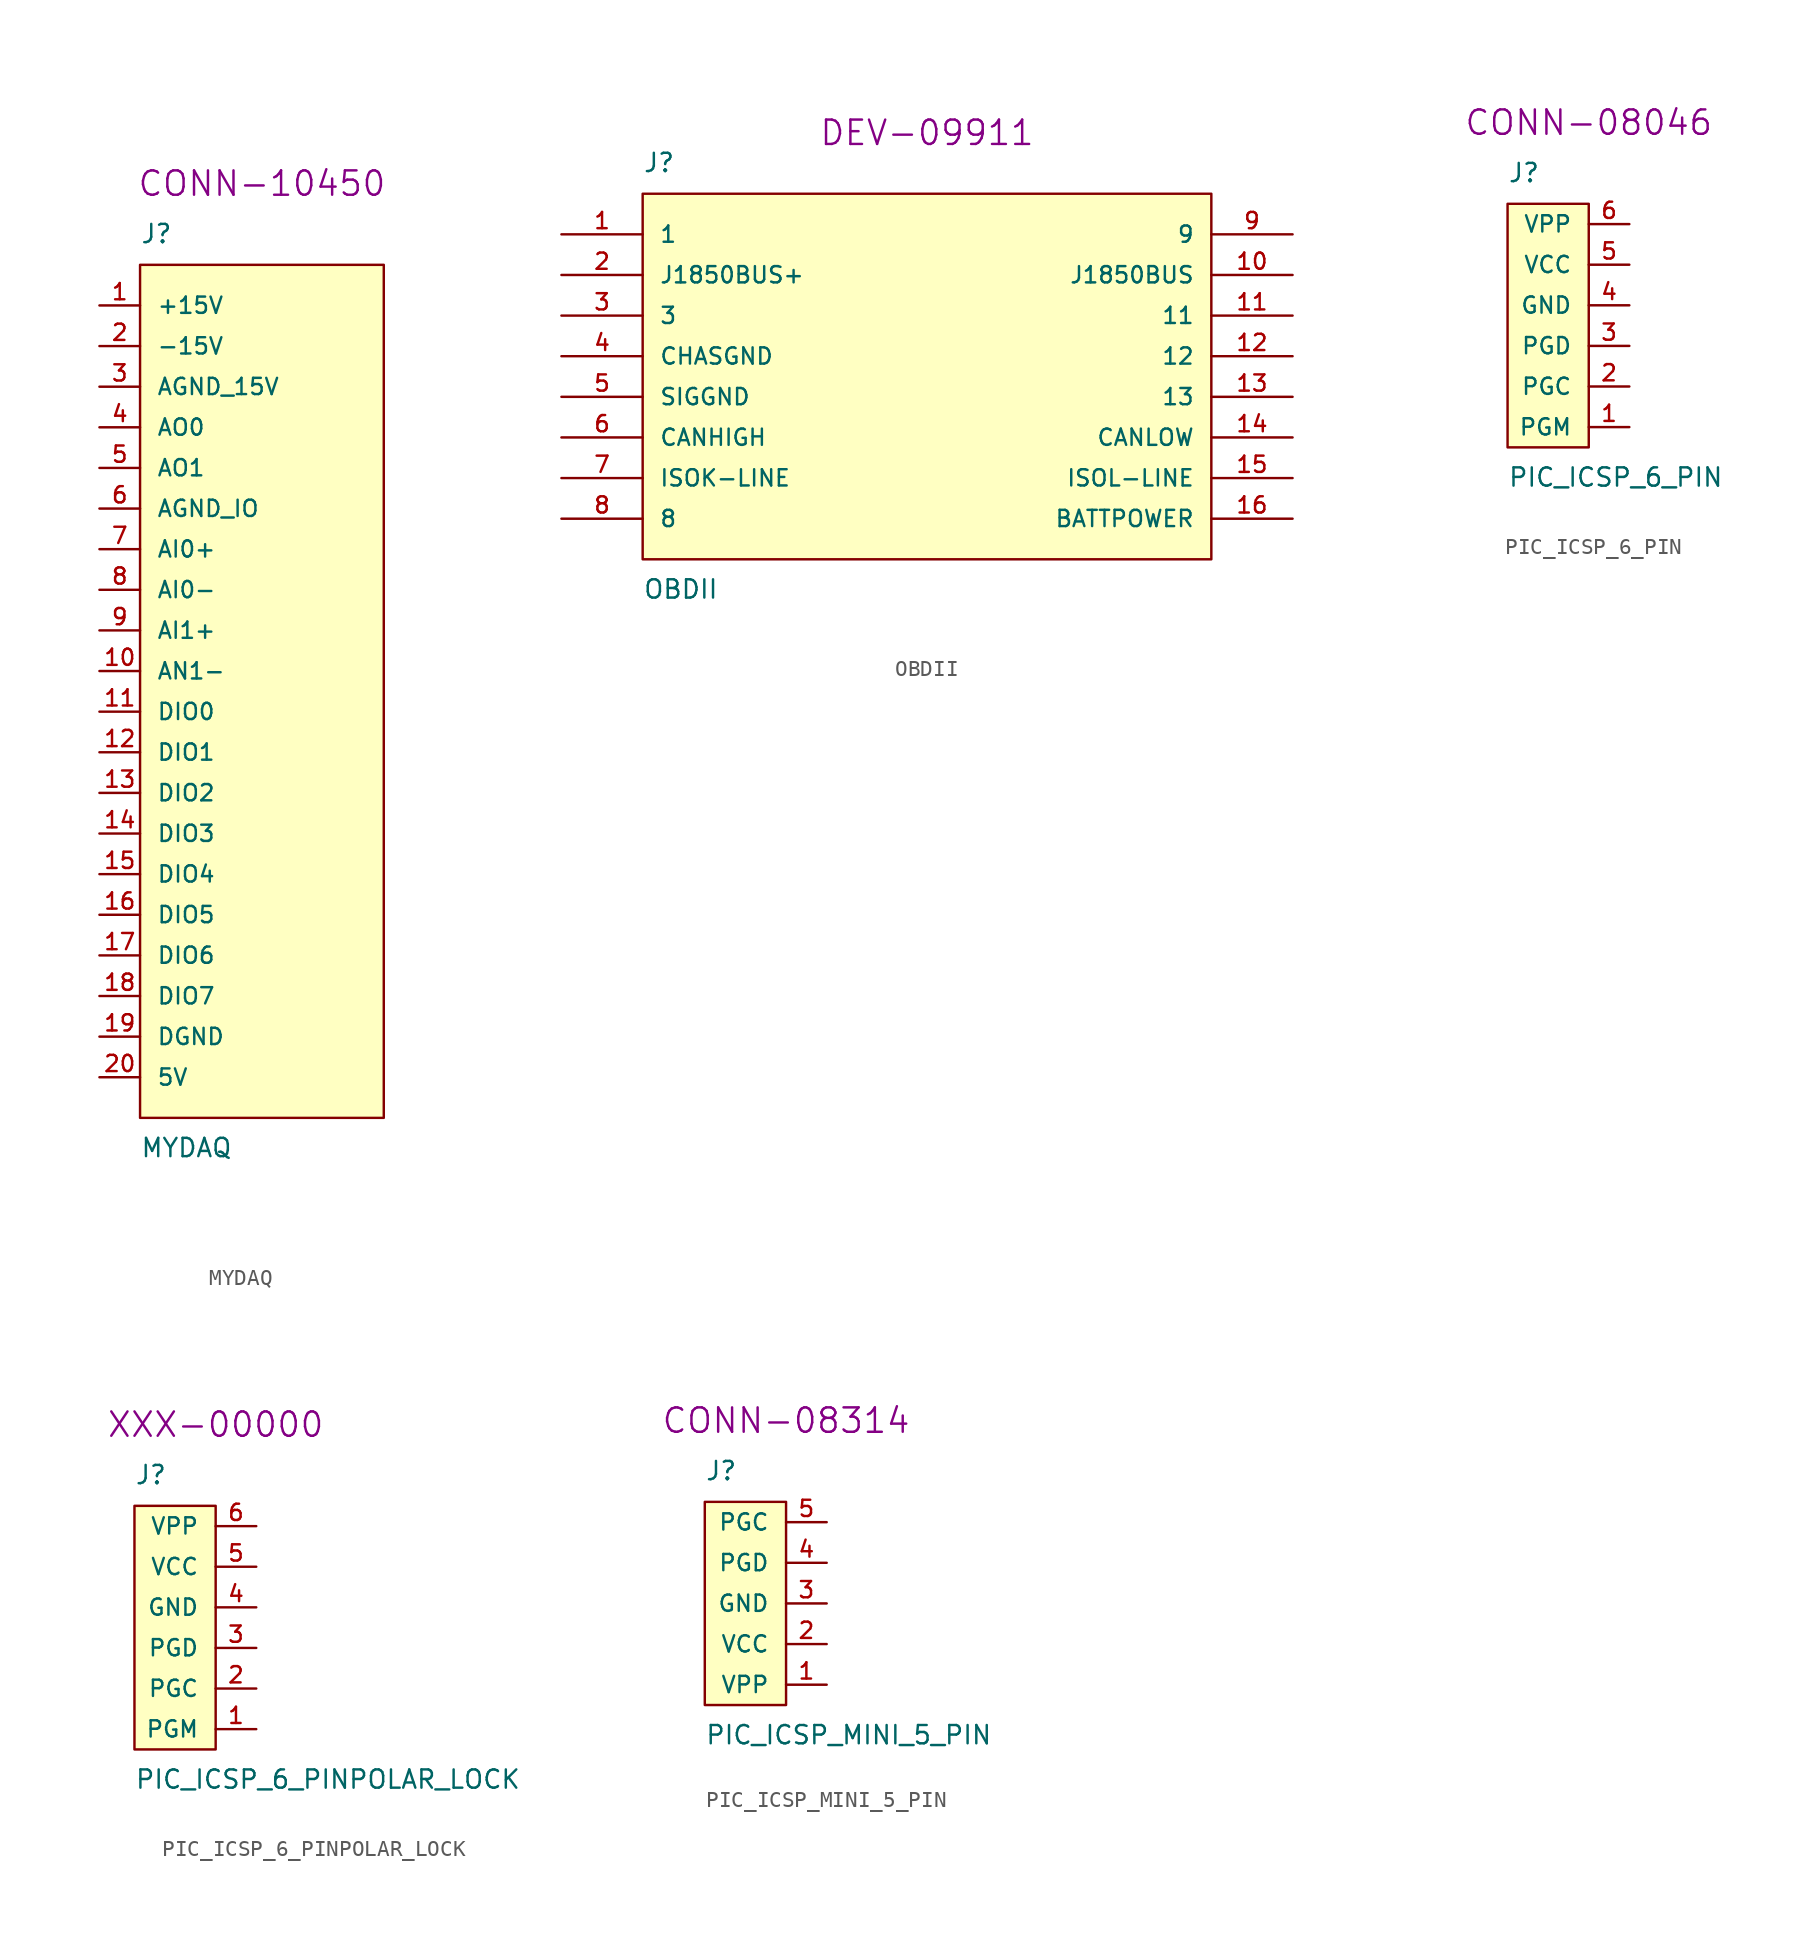
<source format=kicad_sym>
(kicad_symbol_lib
  (version 20201005)
  (generator kicad_symbol_editor)
  (symbol "MYDAQ"
    (pin_names
      (offset 1.016))
    (property "Reference" "J"
      (at -7.62 26.67 0)
      (effects (font (size 1.143 1.143)) (justify left bottom)))
    (property "Value" "MYDAQ"
      (at -7.62 -30.48 0)
      (effects (font (size 1.143 1.143)) (justify left bottom)))
    (property "Field4" "CONN-10450"
      (at 0 30.48 0)
      (effects (font (size 1.524 1.524))))
    (property "ki_locked" ""
      (at 0 0 0)
      (effects (font (size 1.27 1.27))))
    (symbol "MYDAQ_1_1"
      (polyline (pts (xy -7.62 25.4) (xy -7.62 -27.94) (xy 7.62 -27.94) (xy 7.62 25.4) (xy -7.62 25.4)) (stroke (width 0)) (fill (type background)))
      (pin power_in line (at -10.16 22.86 0) (length 2.54) (name "+15V" (effects (font (size 1.016 1.016)))) (number "1" (effects (font (size 1.016 1.016)))))
      (pin power_in line (at -10.16 20.32 0) (length 2.54) (name "-15V" (effects (font (size 1.016 1.016)))) (number "2" (effects (font (size 1.016 1.016)))))
      (pin power_in line (at -10.16 17.78 0) (length 2.54) (name "AGND_15V" (effects (font (size 1.016 1.016)))) (number "3" (effects (font (size 1.016 1.016)))))
      (pin output line (at -10.16 15.24 0) (length 2.54) (name "AO0" (effects (font (size 1.016 1.016)))) (number "4" (effects (font (size 1.016 1.016)))))
      (pin output line (at -10.16 12.7 0) (length 2.54) (name "AO1" (effects (font (size 1.016 1.016)))) (number "5" (effects (font (size 1.016 1.016)))))
      (pin power_in line (at -10.16 10.16 0) (length 2.54) (name "AGND_IO" (effects (font (size 1.016 1.016)))) (number "6" (effects (font (size 1.016 1.016)))))
      (pin input line (at -10.16 7.62 0) (length 2.54) (name "AI0+" (effects (font (size 1.016 1.016)))) (number "7" (effects (font (size 1.016 1.016)))))
      (pin input line (at -10.16 5.08 0) (length 2.54) (name "AI0-" (effects (font (size 1.016 1.016)))) (number "8" (effects (font (size 1.016 1.016)))))
      (pin input line (at -10.16 2.54 0) (length 2.54) (name "AI1+" (effects (font (size 1.016 1.016)))) (number "9" (effects (font (size 1.016 1.016)))))
      (pin input line (at -10.16 0 0) (length 2.54) (name "AN1-" (effects (font (size 1.016 1.016)))) (number "10" (effects (font (size 1.016 1.016)))))
      (pin power_in line (at -10.16 -25.4 0) (length 2.54) (name "5V" (effects (font (size 1.016 1.016)))) (number "20" (effects (font (size 1.016 1.016)))))
      (pin bidirectional line (at -10.16 -2.54 0) (length 2.54) (name "DIO0" (effects (font (size 1.016 1.016)))) (number "11" (effects (font (size 1.016 1.016)))))
      (pin bidirectional line (at -10.16 -5.08 0) (length 2.54) (name "DIO1" (effects (font (size 1.016 1.016)))) (number "12" (effects (font (size 1.016 1.016)))))
      (pin bidirectional line (at -10.16 -7.62 0) (length 2.54) (name "DIO2" (effects (font (size 1.016 1.016)))) (number "13" (effects (font (size 1.016 1.016)))))
      (pin bidirectional line (at -10.16 -10.16 0) (length 2.54) (name "DIO3" (effects (font (size 1.016 1.016)))) (number "14" (effects (font (size 1.016 1.016)))))
      (pin bidirectional line (at -10.16 -12.7 0) (length 2.54) (name "DIO4" (effects (font (size 1.016 1.016)))) (number "15" (effects (font (size 1.016 1.016)))))
      (pin bidirectional line (at -10.16 -15.24 0) (length 2.54) (name "DIO5" (effects (font (size 1.016 1.016)))) (number "16" (effects (font (size 1.016 1.016)))))
      (pin bidirectional line (at -10.16 -17.78 0) (length 2.54) (name "DIO6" (effects (font (size 1.016 1.016)))) (number "17" (effects (font (size 1.016 1.016)))))
      (pin bidirectional line (at -10.16 -20.32 0) (length 2.54) (name "DIO7" (effects (font (size 1.016 1.016)))) (number "18" (effects (font (size 1.016 1.016)))))
      (pin power_in line (at -10.16 -22.86 0) (length 2.54) (name "DGND" (effects (font (size 1.016 1.016)))) (number "19" (effects (font (size 1.016 1.016)))))))
  (symbol "OBDII"
    (pin_names
      (offset 1.016))
    (property "Reference" "J"
      (at -17.78 12.7 0)
      (effects (font (size 1.143 1.143)) (justify left bottom)))
    (property "Value" "OBDII"
      (at -17.78 -13.97 0)
      (effects (font (size 1.143 1.143)) (justify left bottom)))
    (property "Field4" "DEV-09911"
      (at 0 15.24 0)
      (effects (font (size 1.524 1.524))))
    (property "ki_locked" ""
      (at 0 0 0)
      (effects (font (size 1.27 1.27))))
    (symbol "OBDII_1_1"
      (polyline (pts (xy -17.78 11.43) (xy -17.78 -11.43) (xy 17.78 -11.43) (xy 17.78 11.43) (xy -17.78 11.43)) (stroke (width 0)) (fill (type background)))
      (pin bidirectional line (at -22.86 8.89 0) (length 5.08) (name "1" (effects (font (size 1.016 1.016)))) (number "1" (effects (font (size 1.016 1.016)))))
      (pin bidirectional line (at -22.86 6.35 0) (length 5.08) (name "J1850BUS+" (effects (font (size 1.016 1.016)))) (number "2" (effects (font (size 1.016 1.016)))))
      (pin bidirectional line (at -22.86 3.81 0) (length 5.08) (name "3" (effects (font (size 1.016 1.016)))) (number "3" (effects (font (size 1.016 1.016)))))
      (pin bidirectional line (at -22.86 1.27 0) (length 5.08) (name "CHASGND" (effects (font (size 1.016 1.016)))) (number "4" (effects (font (size 1.016 1.016)))))
      (pin bidirectional line (at -22.86 -1.27 0) (length 5.08) (name "SIGGND" (effects (font (size 1.016 1.016)))) (number "5" (effects (font (size 1.016 1.016)))))
      (pin bidirectional line (at -22.86 -3.81 0) (length 5.08) (name "CANHIGH" (effects (font (size 1.016 1.016)))) (number "6" (effects (font (size 1.016 1.016)))))
      (pin bidirectional line (at -22.86 -6.35 0) (length 5.08) (name "ISOK-LINE" (effects (font (size 1.016 1.016)))) (number "7" (effects (font (size 1.016 1.016)))))
      (pin bidirectional line (at -22.86 -8.89 0) (length 5.08) (name "8" (effects (font (size 1.016 1.016)))) (number "8" (effects (font (size 1.016 1.016)))))
      (pin bidirectional line (at 22.86 8.89 180) (length 5.08) (name "9" (effects (font (size 1.016 1.016)))) (number "9" (effects (font (size 1.016 1.016)))))
      (pin bidirectional line (at 22.86 6.35 180) (length 5.08) (name "J1850BUS" (effects (font (size 1.016 1.016)))) (number "10" (effects (font (size 1.016 1.016)))))
      (pin bidirectional line (at 22.86 3.81 180) (length 5.08) (name "11" (effects (font (size 1.016 1.016)))) (number "11" (effects (font (size 1.016 1.016)))))
      (pin bidirectional line (at 22.86 1.27 180) (length 5.08) (name "12" (effects (font (size 1.016 1.016)))) (number "12" (effects (font (size 1.016 1.016)))))
      (pin bidirectional line (at 22.86 -1.27 180) (length 5.08) (name "13" (effects (font (size 1.016 1.016)))) (number "13" (effects (font (size 1.016 1.016)))))
      (pin bidirectional line (at 22.86 -3.81 180) (length 5.08) (name "CANLOW" (effects (font (size 1.016 1.016)))) (number "14" (effects (font (size 1.016 1.016)))))
      (pin bidirectional line (at 22.86 -6.35 180) (length 5.08) (name "ISOL-LINE" (effects (font (size 1.016 1.016)))) (number "15" (effects (font (size 1.016 1.016)))))
      (pin bidirectional line (at 22.86 -8.89 180) (length 5.08) (name "BATTPOWER" (effects (font (size 1.016 1.016)))) (number "16" (effects (font (size 1.016 1.016)))))))
  (symbol "PIC_ICSP_6_PIN"
    (pin_names
      (offset 1.016))
    (property "Reference" "J"
      (at -5.08 15.24 0)
      (effects (font (size 1.143 1.143)) (justify left bottom)))
    (property "Value" "PIC_ICSP_6_PIN"
      (at -5.08 -3.81 0)
      (effects (font (size 1.143 1.143)) (justify left bottom)))
    (property "Field4" "CONN-08046"
      (at 0 19.05 0)
      (effects (font (size 1.524 1.524))))
    (property "ki_locked" ""
      (at 0 0 0)
      (effects (font (size 1.27 1.27))))
    (symbol "PIC_ICSP_6_PIN_1_1"
      (polyline (pts (xy -5.08 13.97) (xy -5.08 -1.27) (xy 0 -1.27) (xy 0 13.97) (xy -5.08 13.97)) (stroke (width 0)) (fill (type background)))
      (pin bidirectional line (at 2.54 0 180) (length 2.54) (name "PGM" (effects (font (size 1.016 1.016)))) (number "1" (effects (font (size 1.016 1.016)))))
      (pin bidirectional line (at 2.54 2.54 180) (length 2.54) (name "PGC" (effects (font (size 1.016 1.016)))) (number "2" (effects (font (size 1.016 1.016)))))
      (pin bidirectional line (at 2.54 5.08 180) (length 2.54) (name "PGD" (effects (font (size 1.016 1.016)))) (number "3" (effects (font (size 1.016 1.016)))))
      (pin power_in line (at 2.54 7.62 180) (length 2.54) (name "GND" (effects (font (size 1.016 1.016)))) (number "4" (effects (font (size 1.016 1.016)))))
      (pin power_in line (at 2.54 10.16 180) (length 2.54) (name "VCC" (effects (font (size 1.016 1.016)))) (number "5" (effects (font (size 1.016 1.016)))))
      (pin bidirectional line (at 2.54 12.7 180) (length 2.54) (name "VPP" (effects (font (size 1.016 1.016)))) (number "6" (effects (font (size 1.016 1.016)))))))
  (symbol "PIC_ICSP_6_PINPOLAR_LOCK"
    (pin_names
      (offset 1.016))
    (property "Reference" "J"
      (at -5.08 15.24 0)
      (effects (font (size 1.143 1.143)) (justify left bottom)))
    (property "Value" "PIC_ICSP_6_PINPOLAR_LOCK"
      (at -5.08 -3.81 0)
      (effects (font (size 1.143 1.143)) (justify left bottom)))
    (property "Field4" "XXX-00000"
      (at 0 19.05 0)
      (effects (font (size 1.524 1.524))))
    (property "ki_locked" ""
      (at 0 0 0)
      (effects (font (size 1.27 1.27))))
    (symbol "PIC_ICSP_6_PINPOLAR_LOCK_1_1"
      (polyline (pts (xy -5.08 13.97) (xy -5.08 -1.27) (xy 0 -1.27) (xy 0 13.97) (xy -5.08 13.97)) (stroke (width 0)) (fill (type background)))
      (pin bidirectional line (at 2.54 0 180) (length 2.54) (name "PGM" (effects (font (size 1.016 1.016)))) (number "1" (effects (font (size 1.016 1.016)))))
      (pin bidirectional line (at 2.54 2.54 180) (length 2.54) (name "PGC" (effects (font (size 1.016 1.016)))) (number "2" (effects (font (size 1.016 1.016)))))
      (pin bidirectional line (at 2.54 5.08 180) (length 2.54) (name "PGD" (effects (font (size 1.016 1.016)))) (number "3" (effects (font (size 1.016 1.016)))))
      (pin power_in line (at 2.54 7.62 180) (length 2.54) (name "GND" (effects (font (size 1.016 1.016)))) (number "4" (effects (font (size 1.016 1.016)))))
      (pin power_in line (at 2.54 10.16 180) (length 2.54) (name "VCC" (effects (font (size 1.016 1.016)))) (number "5" (effects (font (size 1.016 1.016)))))
      (pin bidirectional line (at 2.54 12.7 180) (length 2.54) (name "VPP" (effects (font (size 1.016 1.016)))) (number "6" (effects (font (size 1.016 1.016)))))))
  (symbol "PIC_ICSP_MINI_5_PIN"
    (pin_names
      (offset 1.016))
    (property "Reference" "J"
      (at -5.08 12.7 0)
      (effects (font (size 1.143 1.143)) (justify left bottom)))
    (property "Value" "PIC_ICSP_MINI_5_PIN"
      (at -5.08 -3.81 0)
      (effects (font (size 1.143 1.143)) (justify left bottom)))
    (property "Field4" "CONN-08314"
      (at 0 16.51 0)
      (effects (font (size 1.524 1.524))))
    (property "ki_locked" ""
      (at 0 0 0)
      (effects (font (size 1.27 1.27))))
    (symbol "PIC_ICSP_MINI_5_PIN_0_1"
      (rectangle (start 0 -1.27) (end -5.08 11.43) (stroke (width 0)) (fill (type background))))
    (symbol "PIC_ICSP_MINI_5_PIN_1_1"
      (pin passive line (at 2.54 0 180) (length 2.54) (name "VPP" (effects (font (size 1.016 1.016)))) (number "1" (effects (font (size 1.016 1.016)))))
      (pin passive line (at 2.54 2.54 180) (length 2.54) (name "VCC" (effects (font (size 1.016 1.016)))) (number "2" (effects (font (size 1.016 1.016)))))
      (pin passive line (at 2.54 5.08 180) (length 2.54) (name "GND" (effects (font (size 1.016 1.016)))) (number "3" (effects (font (size 1.016 1.016)))))
      (pin passive line (at 2.54 7.62 180) (length 2.54) (name "PGD" (effects (font (size 1.016 1.016)))) (number "4" (effects (font (size 1.016 1.016)))))
      (pin passive line (at 2.54 10.16 180) (length 2.54) (name "PGC" (effects (font (size 1.016 1.016)))) (number "5" (effects (font (size 1.016 1.016))))))))
</source>
